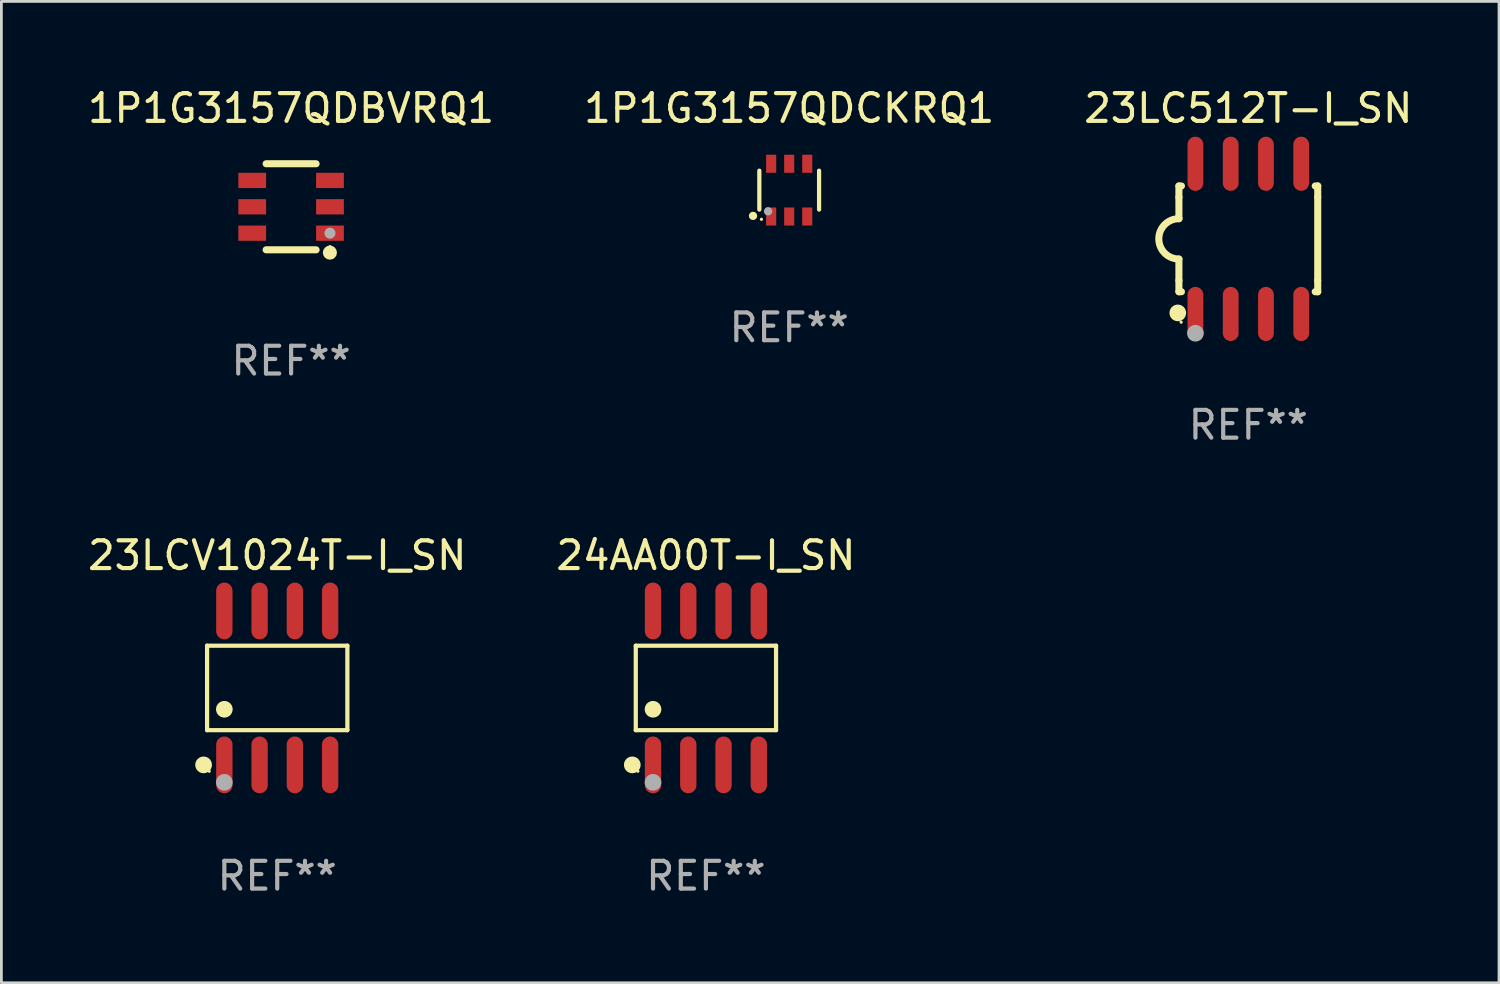
<source format=kicad_pcb>
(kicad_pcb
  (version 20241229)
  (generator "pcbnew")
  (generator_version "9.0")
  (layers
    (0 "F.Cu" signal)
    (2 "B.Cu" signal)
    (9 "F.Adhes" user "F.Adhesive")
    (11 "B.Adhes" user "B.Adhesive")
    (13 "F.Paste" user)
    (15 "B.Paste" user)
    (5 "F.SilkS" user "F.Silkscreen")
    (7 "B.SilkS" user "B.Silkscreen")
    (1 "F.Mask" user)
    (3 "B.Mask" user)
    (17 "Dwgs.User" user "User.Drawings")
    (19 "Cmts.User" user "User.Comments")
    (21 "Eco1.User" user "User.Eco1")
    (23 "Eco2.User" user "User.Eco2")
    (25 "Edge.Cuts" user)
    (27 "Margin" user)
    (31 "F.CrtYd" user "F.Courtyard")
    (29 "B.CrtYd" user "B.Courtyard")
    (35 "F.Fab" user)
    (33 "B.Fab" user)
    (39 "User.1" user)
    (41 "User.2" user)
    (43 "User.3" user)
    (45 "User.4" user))
  (footprint "1P1G3157QDCKRQ1"
    (layer "F.Cu")
    (at 25.375 3.798)
    (property "Reference" "1P1G3157QDCKRQ1" (at 0 -2.95 0) (layer "F.SilkS") (effects (font (size 1 1) (thickness 0.15))))
    (attr through_hole)
    (fp_line (start -1.076 0.701) (end -1.076 -0.701) (stroke (width 0.152) (type solid)) (layer "F.SilkS"))
    (fp_line (start 1.076 0.701) (end 1.076 -0.701) (stroke (width 0.152) (type solid)) (layer "F.SilkS"))
    (fp_circle (center -1.303 0.927) (end -1.228 0.927) (stroke (width 0.15) (type solid)) (fill no) (layer "F.SilkS"))
    (fp_circle (center -1 1.05) (end -0.97 1.05) (stroke (width 0.06) (type solid)) (fill no) (layer "F.SilkS"))
    (fp_circle (center -0.762 0.762) (end -0.687 0.762) (stroke (width 0.15) (type solid)) (fill no) (layer "F.Fab"))
    (fp_text user "REF**" (at 0 4.95 0) (layer "F.Fab") (effects (font (size 1 1) (thickness 0.15))))
    (pad "1" smd rect (at -0.65 0.95) (size 0.364 0.65) (layers "F.Cu" "F.Mask" "F.Paste"))
    (pad "2" smd rect (at 0 0.95) (size 0.364 0.65) (layers "F.Cu" "F.Mask" "F.Paste"))
    (pad "3" smd rect (at 0.65 0.95) (size 0.364 0.65) (layers "F.Cu" "F.Mask" "F.Paste"))
    (pad "4" smd rect (at 0.65 -0.95) (size 0.364 0.65) (layers "F.Cu" "F.Mask" "F.Paste"))
    (pad "5" smd rect (at 0 -0.95) (size 0.364 0.65) (layers "F.Cu" "F.Mask" "F.Paste"))
    (pad "6" smd rect (at -0.65 -0.95) (size 0.364 0.65) (layers "F.Cu" "F.Mask" "F.Paste")))
  (footprint "23LCV1024T-I_SN"
    (layer "F.Cu")
    (at 6.935 21.727)
    (property "Reference" "23LCV1024T-I_SN" (at 0 -4.772 0) (layer "F.SilkS") (effects (font (size 1 1) (thickness 0.15))))
    (attr through_hole)
    (fp_line (start -2.526 -1.521) (end 2.526 -1.521) (stroke (width 0.152) (type solid)) (layer "F.SilkS"))
    (fp_line (start -2.526 1.521) (end -2.526 -1.521) (stroke (width 0.152) (type solid)) (layer "F.SilkS"))
    (fp_line (start 2.526 -1.521) (end 2.526 1.521) (stroke (width 0.152) (type solid)) (layer "F.SilkS"))
    (fp_line (start 2.526 1.521) (end -2.526 1.521) (stroke (width 0.152) (type solid)) (layer "F.SilkS"))
    (fp_circle (center -2.652 2.772) (end -2.501 2.772) (stroke (width 0.3) (type solid)) (fill no) (layer "F.SilkS"))
    (fp_circle (center -2.45 3) (end -2.42 3) (stroke (width 0.06) (type solid)) (fill no) (layer "F.SilkS"))
    (fp_circle (center -1.905 0.769) (end -1.755 0.769) (stroke (width 0.3) (type solid)) (fill no) (layer "F.SilkS"))
    (fp_circle (center -1.905 3.4) (end -1.755 3.4) (stroke (width 0.3) (type solid)) (fill no) (layer "F.Fab"))
    (fp_text user "REF**" (at 0 6.772 0) (layer "F.Fab") (effects (font (size 1 1) (thickness 0.15))))
    (pad "1" smd oval (at -1.905 2.772) (size 0.588 2.045) (layers "F.Cu" "F.Mask" "F.Paste"))
    (pad "2" smd oval (at -0.635 2.772) (size 0.588 2.045) (layers "F.Cu" "F.Mask" "F.Paste"))
    (pad "3" smd oval (at 0.635 2.772) (size 0.588 2.045) (layers "F.Cu" "F.Mask" "F.Paste"))
    (pad "4" smd oval (at 1.905 2.772) (size 0.588 2.045) (layers "F.Cu" "F.Mask" "F.Paste"))
    (pad "5" smd oval (at 1.905 -2.772) (size 0.588 2.045) (layers "F.Cu" "F.Mask" "F.Paste"))
    (pad "6" smd oval (at 0.635 -2.772) (size 0.588 2.045) (layers "F.Cu" "F.Mask" "F.Paste"))
    (pad "7" smd oval (at -0.635 -2.772) (size 0.588 2.045) (layers "F.Cu" "F.Mask" "F.Paste"))
    (pad "8" smd oval (at -1.905 -2.772) (size 0.588 2.045) (layers "F.Cu" "F.Mask" "F.Paste")))
  (footprint "23LC512T-I_SN"
    (layer "F.Cu")
    (at 41.911 5.553)
    (property "Reference" "23LC512T-I_SN" (at 0 -4.705 0) (layer "F.SilkS") (effects (font (size 1 1) (thickness 0.15))))
    (attr through_hole)
    (fp_line (start -2.5 -1.905) (end -2.409 -1.905) (stroke (width 0.254) (type solid)) (layer "F.SilkS"))
    (fp_line (start -2.5 -1.5) (end -2.5 -1.905) (stroke (width 0.254) (type solid)) (layer "F.SilkS"))
    (fp_line (start -2.5 -1.5) (end -2.5 -0.726) (stroke (width 0.254) (type solid)) (layer "F.SilkS"))
    (fp_line (start -2.5 1.5) (end -2.5 0.727) (stroke (width 0.254) (type solid)) (layer "F.SilkS"))
    (fp_line (start -2.5 1.5) (end -2.5 1.905) (stroke (width 0.254) (type solid)) (layer "F.SilkS"))
    (fp_line (start -2.5 1.905) (end -2.409 1.905) (stroke (width 0.254) (type solid)) (layer "F.SilkS"))
    (fp_line (start 2.5 -1.905) (end 2.409 -1.905) (stroke (width 0.254) (type solid)) (layer "F.SilkS"))
    (fp_line (start 2.5 -1.5) (end 2.5 -1.905) (stroke (width 0.254) (type solid)) (layer "F.SilkS"))
    (fp_line (start 2.5 -1.5) (end 2.5 1.5) (stroke (width 0.254) (type solid)) (layer "F.SilkS"))
    (fp_line (start 2.5 1.5) (end 2.5 1.905) (stroke (width 0.254) (type solid)) (layer "F.SilkS"))
    (fp_line (start 2.5 1.905) (end 2.409 1.905) (stroke (width 0.254) (type solid)) (layer "F.SilkS"))
    (fp_arc (start -2.5 0.726568) (mid -3.220316 -0.0023) (end -2.495097 -0.726289) (stroke (width 0.254001) (type solid)) (layer "F.SilkS"))
    (fp_circle (center -2.54 2.667) (end -2.39 2.667) (stroke (width 0.3) (type solid)) (fill no) (layer "F.SilkS"))
    (fp_circle (center -2.42 3) (end -2.39 3) (stroke (width 0.06) (type solid)) (fill no) (layer "F.SilkS"))
    (fp_circle (center -1.905 3.4) (end -1.755 3.4) (stroke (width 0.3) (type solid)) (fill no) (layer "F.Fab"))
    (fp_text user "REF**" (at 0 6.705 0) (layer "F.Fab") (effects (font (size 1 1) (thickness 0.15))))
    (pad "1" smd oval (at -1.905 2.705) (size 0.568 1.95) (layers "F.Cu" "F.Mask" "F.Paste"))
    (pad "2" smd oval (at -0.635 2.705) (size 0.568 1.95) (layers "F.Cu" "F.Mask" "F.Paste"))
    (pad "3" smd oval (at 0.635 2.705) (size 0.568 1.95) (layers "F.Cu" "F.Mask" "F.Paste"))
    (pad "4" smd oval (at 1.905 2.705) (size 0.568 1.95) (layers "F.Cu" "F.Mask" "F.Paste"))
    (pad "5" smd oval (at 1.905 -2.705) (size 0.568 1.95) (layers "F.Cu" "F.Mask" "F.Paste"))
    (pad "6" smd oval (at 0.635 -2.705) (size 0.568 1.95) (layers "F.Cu" "F.Mask" "F.Paste"))
    (pad "7" smd oval (at -0.635 -2.705) (size 0.568 1.95) (layers "F.Cu" "F.Mask" "F.Paste"))
    (pad "8" smd oval (at -1.905 -2.705) (size 0.568 1.95) (layers "F.Cu" "F.Mask" "F.Paste")))
  (footprint "24AA00T-I_SN"
    (layer "F.Cu")
    (at 22.375 21.727)
    (property "Reference" "24AA00T-I_SN" (at 0 -4.772 0) (layer "F.SilkS") (effects (font (size 1 1) (thickness 0.15))))
    (attr through_hole)
    (fp_line (start -2.526 -1.521) (end 2.526 -1.521) (stroke (width 0.152) (type solid)) (layer "F.SilkS"))
    (fp_line (start -2.526 1.521) (end -2.526 -1.521) (stroke (width 0.152) (type solid)) (layer "F.SilkS"))
    (fp_line (start 2.526 -1.521) (end 2.526 1.521) (stroke (width 0.152) (type solid)) (layer "F.SilkS"))
    (fp_line (start 2.526 1.521) (end -2.526 1.521) (stroke (width 0.152) (type solid)) (layer "F.SilkS"))
    (fp_circle (center -2.652 2.772) (end -2.501 2.772) (stroke (width 0.3) (type solid)) (fill no) (layer "F.SilkS"))
    (fp_circle (center -2.45 3) (end -2.42 3) (stroke (width 0.06) (type solid)) (fill no) (layer "F.SilkS"))
    (fp_circle (center -1.905 0.769) (end -1.755 0.769) (stroke (width 0.3) (type solid)) (fill no) (layer "F.SilkS"))
    (fp_circle (center -1.905 3.4) (end -1.755 3.4) (stroke (width 0.3) (type solid)) (fill no) (layer "F.Fab"))
    (fp_text user "REF**" (at 0 6.772 0) (layer "F.Fab") (effects (font (size 1 1) (thickness 0.15))))
    (pad "1" smd oval (at -1.905 2.772) (size 0.588 2.045) (layers "F.Cu" "F.Mask" "F.Paste"))
    (pad "2" smd oval (at -0.635 2.772) (size 0.588 2.045) (layers "F.Cu" "F.Mask" "F.Paste"))
    (pad "3" smd oval (at 0.635 2.772) (size 0.588 2.045) (layers "F.Cu" "F.Mask" "F.Paste"))
    (pad "4" smd oval (at 1.905 2.772) (size 0.588 2.045) (layers "F.Cu" "F.Mask" "F.Paste"))
    (pad "5" smd oval (at 1.905 -2.772) (size 0.588 2.045) (layers "F.Cu" "F.Mask" "F.Paste"))
    (pad "6" smd oval (at 0.635 -2.772) (size 0.588 2.045) (layers "F.Cu" "F.Mask" "F.Paste"))
    (pad "7" smd oval (at -0.635 -2.772) (size 0.588 2.045) (layers "F.Cu" "F.Mask" "F.Paste"))
    (pad "8" smd oval (at -1.905 -2.772) (size 0.588 2.045) (layers "F.Cu" "F.Mask" "F.Paste")))
  (footprint "1P1G3157QDBVRQ1"
    (layer "F.Cu")
    (at 7.435 4.398)
    (property "Reference" "1P1G3157QDBVRQ1" (at 0 -3.55 0) (layer "F.SilkS") (effects (font (size 1 1) (thickness 0.15))))
    (attr through_hole)
    (fp_line (start -0.9 -1.55) (end 0.9 -1.55) (stroke (width 0.254) (type solid)) (layer "F.SilkS"))
    (fp_line (start -0.9 1.55) (end 0.9 1.55) (stroke (width 0.254) (type solid)) (layer "F.SilkS"))
    (fp_circle (center 1.397 1.651) (end 1.524 1.651) (stroke (width 0.254) (type solid)) (fill no) (layer "F.SilkS"))
    (fp_circle (center 1.4 1.435) (end 1.43 1.435) (stroke (width 0.06) (type solid)) (fill no) (layer "F.SilkS"))
    (fp_circle (center 1.4 0.95) (end 1.5 0.95) (stroke (width 0.2) (type solid)) (fill no) (layer "F.Fab"))
    (fp_text user "REF**" (at 0 5.55 0) (layer "F.Fab") (effects (font (size 1 1) (thickness 0.15))))
    (pad "1" smd rect (at 1.4 0.95) (size 1 0.55) (layers "F.Cu" "F.Mask" "F.Paste"))
    (pad "2" smd rect (at 1.4 -0.000102) (size 1 0.55) (layers "F.Cu" "F.Mask" "F.Paste"))
    (pad "3" smd rect (at 1.4 -0.95) (size 1 0.55) (layers "F.Cu" "F.Mask" "F.Paste"))
    (pad "4" smd rect (at -1.4 -0.95) (size 1 0.55) (layers "F.Cu" "F.Mask" "F.Paste"))
    (pad "5" smd rect (at -1.4 -0.000102) (size 1 0.55) (layers "F.Cu" "F.Mask" "F.Paste"))
    (pad "6" smd rect (at -1.4 0.95) (size 1 0.55) (layers "F.Cu" "F.Mask" "F.Paste")))
  (gr_rect
    (start -3 -3)
    (end 50.94 32.348)
    (stroke (width 0.1) (type default))
    (fill no)
    (layer "Edge.Cuts")))
</source>
